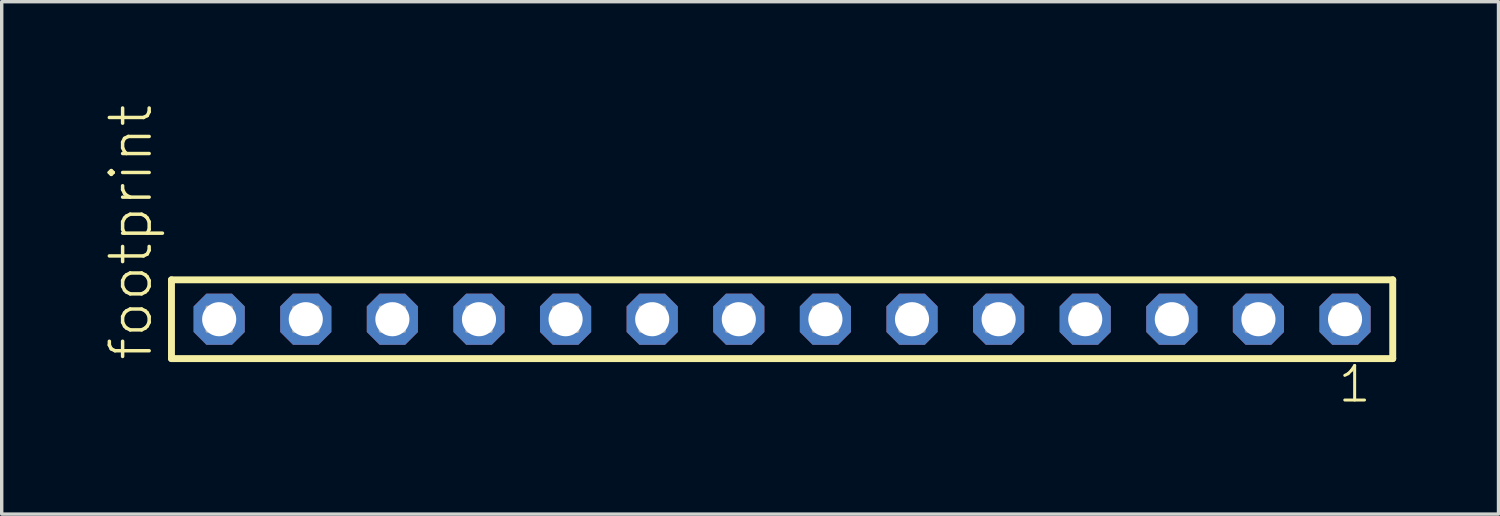
<source format=kicad_pcb>
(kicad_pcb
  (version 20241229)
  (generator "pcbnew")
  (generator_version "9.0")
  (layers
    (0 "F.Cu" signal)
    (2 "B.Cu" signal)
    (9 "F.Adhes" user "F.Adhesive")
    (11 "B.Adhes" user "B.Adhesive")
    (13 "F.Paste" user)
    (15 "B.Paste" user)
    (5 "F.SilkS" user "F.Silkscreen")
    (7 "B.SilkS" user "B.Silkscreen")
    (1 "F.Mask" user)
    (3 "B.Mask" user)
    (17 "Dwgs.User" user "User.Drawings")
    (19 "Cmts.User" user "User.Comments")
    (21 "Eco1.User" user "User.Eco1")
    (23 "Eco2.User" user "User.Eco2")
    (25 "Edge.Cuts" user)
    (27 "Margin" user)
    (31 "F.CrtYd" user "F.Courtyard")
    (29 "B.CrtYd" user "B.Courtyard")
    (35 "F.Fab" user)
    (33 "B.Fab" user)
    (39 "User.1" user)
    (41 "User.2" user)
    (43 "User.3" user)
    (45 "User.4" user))
  (footprint "footprint"
    (layer "F.Cu")
    (at 19.888 6.312)
    (property "Reference" "footprint" (at -18.415 1.27 90) (layer "F.SilkS") (effects (font (size 1.168 1.168) (thickness 0.102)) (justify left bottom)))
    (fp_line (start -17.909 -1.155) (end 17.909 -1.155) (stroke (width 0.203) (type solid)) (layer "F.SilkS"))
    (fp_line (start -17.909 1.155) (end -17.909 -1.155) (stroke (width 0.203) (type solid)) (layer "F.SilkS"))
    (fp_line (start 17.909 -1.155) (end 17.909 1.155) (stroke (width 0.203) (type solid)) (layer "F.SilkS"))
    (fp_line (start 17.909 1.155) (end -17.909 1.155) (stroke (width 0.203) (type solid)) (layer "F.SilkS"))
    (fp_poly (pts (xy -16.86 0.35) (xy -16.16 0.35) (xy -16.16 -0.35) (xy -16.86 -0.35)) (stroke (width 0.1) (type solid)) (fill no) (layer "F.Fab"))
    (fp_poly (pts (xy -14.32 0.35) (xy -13.62 0.35) (xy -13.62 -0.35) (xy -14.32 -0.35)) (stroke (width 0.1) (type solid)) (fill no) (layer "F.Fab"))
    (fp_poly (pts (xy -11.78 0.35) (xy -11.08 0.35) (xy -11.08 -0.35) (xy -11.78 -0.35)) (stroke (width 0.1) (type solid)) (fill no) (layer "F.Fab"))
    (fp_poly (pts (xy -9.24 0.35) (xy -8.54 0.35) (xy -8.54 -0.35) (xy -9.24 -0.35)) (stroke (width 0.1) (type solid)) (fill no) (layer "F.Fab"))
    (fp_poly (pts (xy -6.7 0.35) (xy -6 0.35) (xy -6 -0.35) (xy -6.7 -0.35)) (stroke (width 0.1) (type solid)) (fill no) (layer "F.Fab"))
    (fp_poly (pts (xy -4.16 0.35) (xy -3.46 0.35) (xy -3.46 -0.35) (xy -4.16 -0.35)) (stroke (width 0.1) (type solid)) (fill no) (layer "F.Fab"))
    (fp_poly (pts (xy -1.62 0.35) (xy -0.92 0.35) (xy -0.92 -0.35) (xy -1.62 -0.35)) (stroke (width 0.1) (type solid)) (fill no) (layer "F.Fab"))
    (fp_poly (pts (xy 0.92 0.35) (xy 1.62 0.35) (xy 1.62 -0.35) (xy 0.92 -0.35)) (stroke (width 0.1) (type solid)) (fill no) (layer "F.Fab"))
    (fp_poly (pts (xy 3.46 0.35) (xy 4.16 0.35) (xy 4.16 -0.35) (xy 3.46 -0.35)) (stroke (width 0.1) (type solid)) (fill no) (layer "F.Fab"))
    (fp_poly (pts (xy 6 0.35) (xy 6.7 0.35) (xy 6.7 -0.35) (xy 6 -0.35)) (stroke (width 0.1) (type solid)) (fill no) (layer "F.Fab"))
    (fp_poly (pts (xy 8.54 0.35) (xy 9.24 0.35) (xy 9.24 -0.35) (xy 8.54 -0.35)) (stroke (width 0.1) (type solid)) (fill no) (layer "F.Fab"))
    (fp_poly (pts (xy 11.08 0.35) (xy 11.78 0.35) (xy 11.78 -0.35) (xy 11.08 -0.35)) (stroke (width 0.1) (type solid)) (fill no) (layer "F.Fab"))
    (fp_poly (pts (xy 13.62 0.35) (xy 14.32 0.35) (xy 14.32 -0.35) (xy 13.62 -0.35)) (stroke (width 0.1) (type solid)) (fill no) (layer "F.Fab"))
    (fp_poly (pts (xy 16.16 0.35) (xy 16.86 0.35) (xy 16.86 -0.35) (xy 16.16 -0.35)) (stroke (width 0.1) (type solid)) (fill no) (layer "F.Fab"))
    (fp_text user "1" (at 16.252 2.498 0) (layer "F.SilkS") (effects (font (size 1.012 1.012) (thickness 0.088)) (justify left bottom)))
    (pad "1" thru_hole roundrect (at 16.51 0 180) (size 1.5 1.5) (drill 1) (layers "*.Cu" "*.Mask") (roundrect_rratio 0.25) (chamfer_ratio 0.25) (chamfer top_left top_right bottom_left bottom_right))
    (pad "2" thru_hole roundrect (at 13.97 0 180) (size 1.5 1.5) (drill 1) (layers "*.Cu" "*.Mask") (roundrect_rratio 0.25) (chamfer_ratio 0.25) (chamfer top_left top_right bottom_left bottom_right))
    (pad "3" thru_hole roundrect (at 11.43 0 180) (size 1.5 1.5) (drill 1) (layers "*.Cu" "*.Mask") (roundrect_rratio 0.25) (chamfer_ratio 0.25) (chamfer top_left top_right bottom_left bottom_right))
    (pad "4" thru_hole roundrect (at 8.89 0 180) (size 1.5 1.5) (drill 1) (layers "*.Cu" "*.Mask") (roundrect_rratio 0.25) (chamfer_ratio 0.25) (chamfer top_left top_right bottom_left bottom_right))
    (pad "5" thru_hole roundrect (at 6.35 0 180) (size 1.5 1.5) (drill 1) (layers "*.Cu" "*.Mask") (roundrect_rratio 0.25) (chamfer_ratio 0.25) (chamfer top_left top_right bottom_left bottom_right))
    (pad "6" thru_hole roundrect (at 3.81 0 180) (size 1.5 1.5) (drill 1) (layers "*.Cu" "*.Mask") (roundrect_rratio 0.25) (chamfer_ratio 0.25) (chamfer top_left top_right bottom_left bottom_right))
    (pad "7" thru_hole roundrect (at 1.27 0 180) (size 1.5 1.5) (drill 1) (layers "*.Cu" "*.Mask") (roundrect_rratio 0.25) (chamfer_ratio 0.25) (chamfer top_left top_right bottom_left bottom_right))
    (pad "8" thru_hole roundrect (at -1.27 0 180) (size 1.5 1.5) (drill 1) (layers "*.Cu" "*.Mask") (roundrect_rratio 0.25) (chamfer_ratio 0.25) (chamfer top_left top_right bottom_left bottom_right))
    (pad "9" thru_hole roundrect (at -3.81 0 180) (size 1.5 1.5) (drill 1) (layers "*.Cu" "*.Mask") (roundrect_rratio 0.25) (chamfer_ratio 0.25) (chamfer top_left top_right bottom_left bottom_right))
    (pad "10" thru_hole roundrect (at -6.35 0 180) (size 1.5 1.5) (drill 1) (layers "*.Cu" "*.Mask") (roundrect_rratio 0.25) (chamfer_ratio 0.25) (chamfer top_left top_right bottom_left bottom_right))
    (pad "11" thru_hole roundrect (at -8.89 0 180) (size 1.5 1.5) (drill 1) (layers "*.Cu" "*.Mask") (roundrect_rratio 0.25) (chamfer_ratio 0.25) (chamfer top_left top_right bottom_left bottom_right))
    (pad "12" thru_hole roundrect (at -11.43 0 180) (size 1.5 1.5) (drill 1) (layers "*.Cu" "*.Mask") (roundrect_rratio 0.25) (chamfer_ratio 0.25) (chamfer top_left top_right bottom_left bottom_right))
    (pad "13" thru_hole roundrect (at -13.97 0 180) (size 1.5 1.5) (drill 1) (layers "*.Cu" "*.Mask") (roundrect_rratio 0.25) (chamfer_ratio 0.25) (chamfer top_left top_right bottom_left bottom_right))
    (pad "14" thru_hole roundrect (at -16.51 0 180) (size 1.5 1.5) (drill 1) (layers "*.Cu" "*.Mask") (roundrect_rratio 0.25) (chamfer_ratio 0.25) (chamfer top_left top_right bottom_left bottom_right)))
  (gr_rect
    (start -3 -3)
    (end 40.899 12.027)
    (stroke (width 0.1) (type default))
    (fill no)
    (layer "Edge.Cuts")))
</source>
